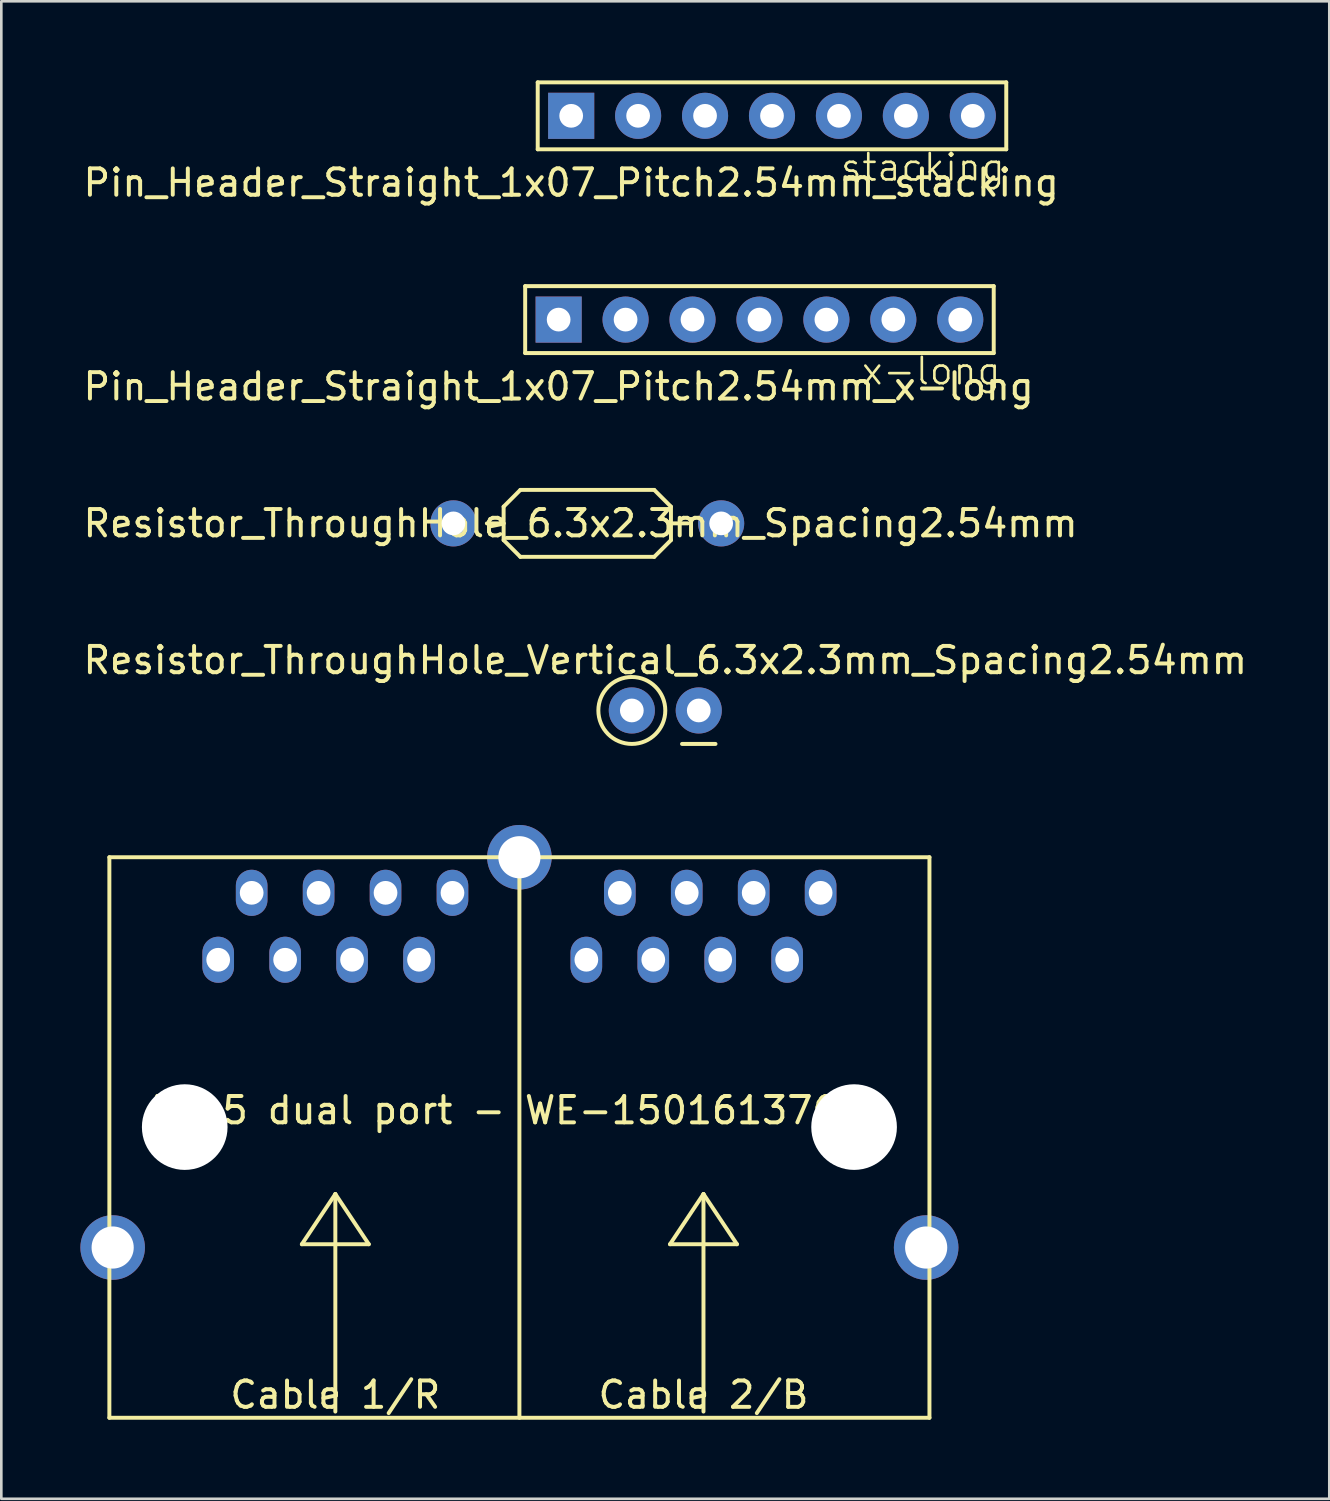
<source format=kicad_pcb>
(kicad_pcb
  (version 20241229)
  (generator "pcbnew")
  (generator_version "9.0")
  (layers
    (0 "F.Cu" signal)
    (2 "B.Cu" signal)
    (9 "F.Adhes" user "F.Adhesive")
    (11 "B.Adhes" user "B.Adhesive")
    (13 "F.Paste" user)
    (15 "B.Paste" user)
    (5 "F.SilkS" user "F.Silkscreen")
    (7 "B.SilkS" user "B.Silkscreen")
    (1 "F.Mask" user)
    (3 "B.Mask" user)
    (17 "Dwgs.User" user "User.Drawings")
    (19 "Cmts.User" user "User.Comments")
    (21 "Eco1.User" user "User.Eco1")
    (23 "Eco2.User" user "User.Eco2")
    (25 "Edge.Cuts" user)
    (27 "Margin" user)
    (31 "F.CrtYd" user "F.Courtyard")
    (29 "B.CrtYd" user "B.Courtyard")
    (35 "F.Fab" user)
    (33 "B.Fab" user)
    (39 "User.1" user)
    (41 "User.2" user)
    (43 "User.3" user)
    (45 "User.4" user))
  (footprint "Resistor_ThroughHole_6.3x2.3mm_Spacing2.54mm"
    (layer "F.Cu")
    (at 14.156 16.811)
    (property "Reference" "Resistor_ThroughHole_6.3x2.3mm_Spacing2.54mm" (at 4.826 0 0) (layer "F.SilkS") (effects (font (size 1 1) (thickness 0.15))))
    (attr through_hole)
    (fp_line (start 1.905 -0.635) (end 2.54 -1.27) (stroke (width 0.15) (type solid)) (layer "F.SilkS"))
    (fp_line (start 1.905 0) (end 1.27 0) (stroke (width 0.15) (type solid)) (layer "F.SilkS"))
    (fp_line (start 1.905 0) (end 1.905 -0.635) (stroke (width 0.15) (type solid)) (layer "F.SilkS"))
    (fp_line (start 1.905 0.635) (end 1.905 0) (stroke (width 0.15) (type solid)) (layer "F.SilkS"))
    (fp_line (start 2.54 -1.27) (end 7.62 -1.27) (stroke (width 0.15) (type solid)) (layer "F.SilkS"))
    (fp_line (start 2.54 1.27) (end 1.905 0.635) (stroke (width 0.15) (type solid)) (layer "F.SilkS"))
    (fp_line (start 7.62 -1.27) (end 8.255 -0.635) (stroke (width 0.15) (type solid)) (layer "F.SilkS"))
    (fp_line (start 7.62 1.27) (end 2.54 1.27) (stroke (width 0.15) (type solid)) (layer "F.SilkS"))
    (fp_line (start 8.255 -0.635) (end 8.255 0.635) (stroke (width 0.15) (type solid)) (layer "F.SilkS"))
    (fp_line (start 8.255 0) (end 8.89 0) (stroke (width 0.15) (type solid)) (layer "F.SilkS"))
    (fp_line (start 8.255 0.635) (end 7.62 1.27) (stroke (width 0.15) (type solid)) (layer "F.SilkS"))
    (pad "1" thru_hole circle (at 0 0) (size 1.75 1.75) (drill 0.9) (layers "*.Cu" "*.Mask"))
    (pad "2" thru_hole circle (at 10.16 0) (size 1.75 1.75) (drill 0.9) (layers "*.Cu" "*.Mask")))
  (footprint "Pin_Header_Straight_1x07_Pitch2.54mm_x-long"
    (layer "F.Cu")
    (at 18.149 9.078)
    (property "Reference" "Pin_Header_Straight_1x07_Pitch2.54mm_x-long" (at 0 2.54 0) (layer "F.SilkS") (effects (font (size 1 1) (thickness 0.15))))
    (attr through_hole)
    (fp_line (start -1.27 -1.27) (end -1.27 1.27) (stroke (width 0.15) (type solid)) (layer "F.SilkS"))
    (fp_line (start -1.27 1.27) (end 16.51 1.27) (stroke (width 0.15) (type solid)) (layer "F.SilkS"))
    (fp_line (start 16.51 -1.27) (end -1.27 -1.27) (stroke (width 0.15) (type solid)) (layer "F.SilkS"))
    (fp_line (start 16.51 1.27) (end 16.51 -1.27) (stroke (width 0.15) (type solid)) (layer "F.SilkS"))
    (fp_text user "x-long" (at 11.43 2.54 0) (unlocked yes) (layer "F.SilkS") (effects (font (size 1 1) (thickness 0.1)) (justify left bottom)))
    (pad "1" thru_hole rect (at 0 0) (size 1.75 1.75) (drill 0.9) (layers "*.Cu" "*.Mask"))
    (pad "2" thru_hole circle (at 2.54 0) (size 1.75 1.75) (drill 0.9) (layers "*.Cu" "*.Mask"))
    (pad "3" thru_hole circle (at 5.08 0) (size 1.75 1.75) (drill 0.9) (layers "*.Cu" "*.Mask"))
    (pad "4" thru_hole circle (at 7.62 0) (size 1.75 1.75) (drill 0.9) (layers "*.Cu" "*.Mask"))
    (pad "5" thru_hole circle (at 10.16 0) (size 1.75 1.75) (drill 0.9) (layers "*.Cu" "*.Mask"))
    (pad "6" thru_hole circle (at 12.7 0) (size 1.75 1.75) (drill 0.9) (layers "*.Cu" "*.Mask"))
    (pad "7" thru_hole circle (at 15.24 0) (size 1.75 1.75) (drill 0.9) (layers "*.Cu" "*.Mask")))
  (footprint "Pin_Header_Straight_1x07_Pitch2.54mm_stacking"
    (layer "F.Cu")
    (at 18.625 1.345)
    (property "Reference" "Pin_Header_Straight_1x07_Pitch2.54mm_stacking" (at 0 2.54 0) (layer "F.SilkS") (effects (font (size 1 1) (thickness 0.15))))
    (attr through_hole)
    (fp_line (start -1.27 -1.27) (end -1.27 1.27) (stroke (width 0.15) (type solid)) (layer "F.SilkS"))
    (fp_line (start -1.27 1.27) (end 16.51 1.27) (stroke (width 0.15) (type solid)) (layer "F.SilkS"))
    (fp_line (start 16.51 -1.27) (end -1.27 -1.27) (stroke (width 0.15) (type solid)) (layer "F.SilkS"))
    (fp_line (start 16.51 1.27) (end 16.51 -1.27) (stroke (width 0.15) (type solid)) (layer "F.SilkS"))
    (fp_text user "stacking" (at 10.16 2.54 0) (unlocked yes) (layer "F.SilkS") (effects (font (size 1 1) (thickness 0.1)) (justify left bottom)))
    (pad "1" thru_hole rect (at 0 0) (size 1.75 1.75) (drill 0.9) (layers "*.Cu" "*.Mask"))
    (pad "2" thru_hole circle (at 2.54 0) (size 1.75 1.75) (drill 0.9) (layers "*.Cu" "*.Mask"))
    (pad "3" thru_hole circle (at 5.08 0) (size 1.75 1.75) (drill 0.9) (layers "*.Cu" "*.Mask"))
    (pad "4" thru_hole circle (at 7.62 0) (size 1.75 1.75) (drill 0.9) (layers "*.Cu" "*.Mask"))
    (pad "5" thru_hole circle (at 10.16 0) (size 1.75 1.75) (drill 0.9) (layers "*.Cu" "*.Mask"))
    (pad "6" thru_hole circle (at 12.7 0) (size 1.75 1.75) (drill 0.9) (layers "*.Cu" "*.Mask"))
    (pad "7" thru_hole circle (at 15.24 0) (size 1.75 1.75) (drill 0.9) (layers "*.Cu" "*.Mask")))
  (footprint "Resistor_ThroughHole_Vertical_6.3x2.3mm_Spacing2.54mm"
    (layer "F.Cu")
    (at 20.926 23.91)
    (property "Reference" "Resistor_ThroughHole_Vertical_6.3x2.3mm_Spacing2.54mm" (at 1.27 -1.905 0) (layer "F.SilkS") (effects (font (size 1 1) (thickness 0.15))))
    (attr through_hole)
    (fp_line (start 1.905 1.27) (end 3.175 1.27) (stroke (width 0.15) (type solid)) (layer "F.SilkS"))
    (fp_circle (center 0 0) (end 1.27 0) (stroke (width 0.15) (type solid)) (fill no) (layer "F.SilkS"))
    (pad "1" thru_hole circle (at 0 0) (size 1.75 1.75) (drill 0.9) (layers "*.Cu" "*.Mask"))
    (pad "2" thru_hole circle (at 2.54 0) (size 1.75 1.75) (drill 0.9) (layers "*.Cu" "*.Mask")))
  (footprint "RJ45 dual port - WE-15016137621"
    (layer "F.Cu")
    (at 16.66 39.72)
    (property "Reference" "RJ45 dual port - WE-15016137621" (at 0 -0.635 0) (layer "F.SilkS") (effects (font (size 1 1) (thickness 0.15))))
    (attr through_hole)
    (fp_line (start -15.56 -10.24) (end -15.56 11.03) (stroke (width 0.15) (type solid)) (layer "F.SilkS"))
    (fp_line (start -15.56 11.03) (end 15.56 11.03) (stroke (width 0.15) (type solid)) (layer "F.SilkS"))
    (fp_line (start -8.255 4.445) (end -5.715 4.445) (stroke (width 0.15) (type solid)) (layer "F.SilkS"))
    (fp_line (start -6.985 2.54) (end -8.255 4.445) (stroke (width 0.15) (type solid)) (layer "F.SilkS"))
    (fp_line (start -6.985 10.795) (end -6.985 2.54) (stroke (width 0.15) (type solid)) (layer "F.SilkS"))
    (fp_line (start -5.715 4.445) (end -6.985 2.54) (stroke (width 0.15) (type solid)) (layer "F.SilkS"))
    (fp_line (start 0 -10.24) (end -15.56 -10.24) (stroke (width 0.15) (type solid)) (layer "F.SilkS"))
    (fp_line (start 0 -10.24) (end 15.56 -10.24) (stroke (width 0.15) (type solid)) (layer "F.SilkS"))
    (fp_line (start 0 11.03) (end 0 -10.24) (stroke (width 0.15) (type solid)) (layer "F.SilkS"))
    (fp_line (start 5.715 4.445) (end 8.255 4.445) (stroke (width 0.15) (type solid)) (layer "F.SilkS"))
    (fp_line (start 6.985 2.54) (end 5.715 4.445) (stroke (width 0.15) (type solid)) (layer "F.SilkS"))
    (fp_line (start 6.985 10.795) (end 6.985 2.54) (stroke (width 0.15) (type solid)) (layer "F.SilkS"))
    (fp_line (start 8.255 4.445) (end 6.985 2.54) (stroke (width 0.15) (type solid)) (layer "F.SilkS"))
    (fp_line (start 15.56 -10.24) (end 15.56 11.03) (stroke (width 0.15) (type solid)) (layer "F.SilkS"))
    (fp_text user "Cable 2/B" (at 6.985 10.16 0) (layer "F.SilkS") (effects (font (size 1 1) (thickness 0.15))))
    (fp_text user "Cable 1/R" (at -6.985 10.16 0) (layer "F.SilkS") (effects (font (size 1 1) (thickness 0.15))))
    (pad "" np_thru_hole circle (at -12.7 0) (size 3.25 3.25) (drill 3.25) (layers "*.Cu"))
    (pad "" np_thru_hole circle (at 12.7 0) (size 3.25 3.25) (drill 3.25) (layers "*.Cu"))
    (pad "1" thru_hole oval (at -11.43 -6.35) (size 1.2 1.75) (drill 0.9) (layers "*.Cu" "*.Mask"))
    (pad "2" thru_hole oval (at -10.16 -8.89) (size 1.2 1.75) (drill 0.9) (layers "*.Cu" "*.Mask"))
    (pad "3" thru_hole oval (at -8.89 -6.35) (size 1.2 1.75) (drill 0.9) (layers "*.Cu" "*.Mask"))
    (pad "4" thru_hole oval (at -7.62 -8.89) (size 1.2 1.75) (drill 0.9) (layers "*.Cu" "*.Mask"))
    (pad "5" thru_hole oval (at -6.35 -6.35) (size 1.2 1.75) (drill 0.9) (layers "*.Cu" "*.Mask"))
    (pad "6" thru_hole oval (at -5.08 -8.89) (size 1.2 1.75) (drill 0.9) (layers "*.Cu" "*.Mask"))
    (pad "7" thru_hole oval (at -3.81 -6.35) (size 1.2 1.75) (drill 0.9) (layers "*.Cu" "*.Mask"))
    (pad "8" thru_hole oval (at -2.54 -8.89) (size 1.2 1.75) (drill 0.9) (layers "*.Cu" "*.Mask"))
    (pad "9" thru_hole oval (at 2.54 -6.35) (size 1.2 1.75) (drill 0.9) (layers "*.Cu" "*.Mask"))
    (pad "10" thru_hole oval (at 3.81 -8.89) (size 1.2 1.75) (drill 0.9) (layers "*.Cu" "*.Mask"))
    (pad "11" thru_hole oval (at 5.08 -6.35) (size 1.2 1.75) (drill 0.9) (layers "*.Cu" "*.Mask"))
    (pad "12" thru_hole oval (at 6.35 -8.89) (size 1.2 1.75) (drill 0.9) (layers "*.Cu" "*.Mask"))
    (pad "13" thru_hole oval (at 7.62 -6.35) (size 1.2 1.75) (drill 0.9) (layers "*.Cu" "*.Mask"))
    (pad "14" thru_hole oval (at 8.89 -8.89) (size 1.2 1.75) (drill 0.9) (layers "*.Cu" "*.Mask"))
    (pad "15" thru_hole oval (at 10.16 -6.35) (size 1.2 1.75) (drill 0.9) (layers "*.Cu" "*.Mask"))
    (pad "16" thru_hole oval (at 11.43 -8.89) (size 1.2 1.75) (drill 0.9) (layers "*.Cu" "*.Mask"))
    (pad "SH" thru_hole circle (at -15.435 4.57) (size 2.45 2.45) (drill 1.6) (layers "*.Cu" "*.Mask"))
    (pad "SH" thru_hole circle (at 0 -10.24) (size 2.45 2.45) (drill 1.6) (layers "*.Cu" "*.Mask"))
    (pad "SH" thru_hole circle (at 15.435 4.57) (size 2.45 2.45) (drill 1.6) (layers "*.Cu" "*.Mask")))
  (gr_rect
    (start -3 -3)
    (end 47.393 53.825)
    (stroke (width 0.1) (type default))
    (fill no)
    (layer "Edge.Cuts")))
</source>
